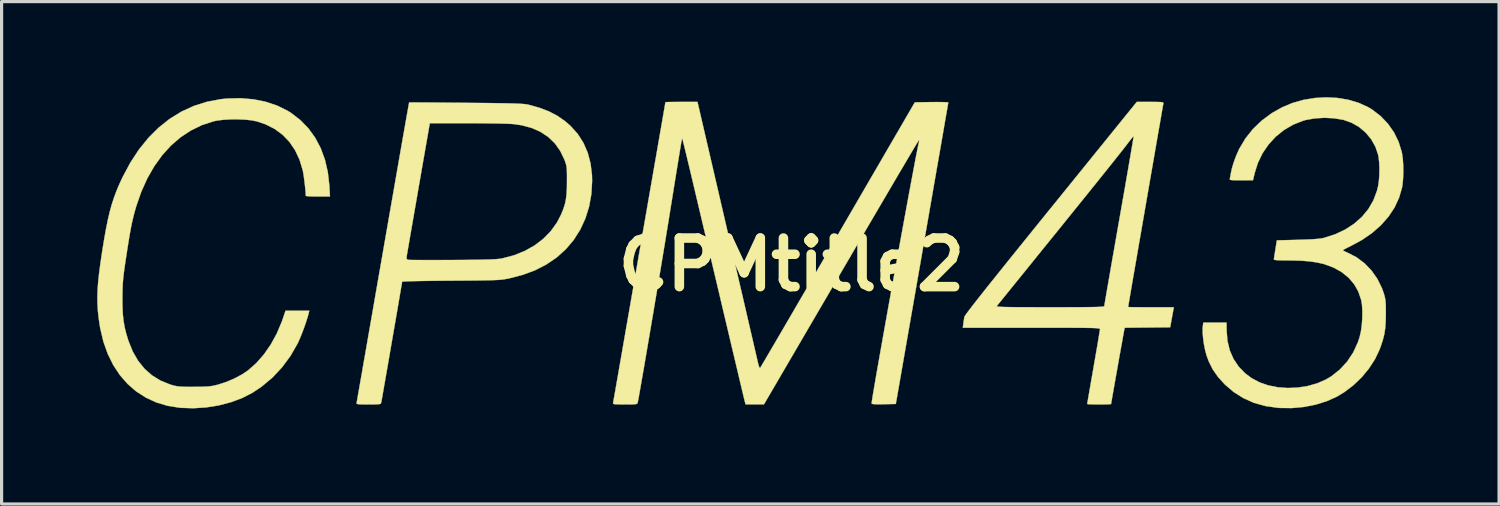
<source format=kicad_pcb>
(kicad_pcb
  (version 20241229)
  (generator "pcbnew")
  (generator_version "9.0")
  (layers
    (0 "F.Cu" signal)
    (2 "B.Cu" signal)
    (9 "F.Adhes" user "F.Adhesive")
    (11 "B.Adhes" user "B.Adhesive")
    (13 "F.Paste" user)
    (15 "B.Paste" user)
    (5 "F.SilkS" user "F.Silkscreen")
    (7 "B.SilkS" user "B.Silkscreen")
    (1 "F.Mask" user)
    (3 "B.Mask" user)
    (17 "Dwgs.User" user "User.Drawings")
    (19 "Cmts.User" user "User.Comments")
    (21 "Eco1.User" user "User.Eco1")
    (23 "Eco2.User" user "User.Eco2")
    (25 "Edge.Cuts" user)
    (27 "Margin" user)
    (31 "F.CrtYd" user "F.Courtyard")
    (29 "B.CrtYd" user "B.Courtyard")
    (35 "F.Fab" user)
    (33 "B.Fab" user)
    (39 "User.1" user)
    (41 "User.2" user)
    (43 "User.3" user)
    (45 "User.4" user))
  (footprint "CPMtitle2"
    (layer "F.Cu")
    (at 21.786 5.254)
    (property "Reference" "CPMtitle2" (at 0 0 0) (layer "F.SilkS") (effects (font (size 1.524 1.524) (thickness 0.3))))
    (attr through_hole)
    (fp_poly (pts (xy -16.885 -5.188) (xy -16.503 -5.112) (xy -16.147 -4.993) (xy -15.822 -4.834) (xy -15.705 -4.762) (xy -15.414 -4.538) (xy -15.16 -4.278) (xy -14.947 -3.983) (xy -14.773 -3.655) (xy -14.641 -3.294) (xy -14.55 -2.903) (xy -14.502 -2.483) (xy -14.499 -2.44) (xy -14.483 -2.139) (xy -14.862 -2.139) (xy -14.997 -2.14) (xy -15.111 -2.144) (xy -15.194 -2.149) (xy -15.237 -2.156) (xy -15.24 -2.159) (xy -15.245 -2.249) (xy -15.256 -2.375) (xy -15.272 -2.521) (xy -15.29 -2.67) (xy -15.309 -2.807) (xy -15.327 -2.915) (xy -15.335 -2.955) (xy -15.436 -3.29) (xy -15.576 -3.589) (xy -15.754 -3.851) (xy -15.969 -4.075) (xy -16.22 -4.26) (xy -16.507 -4.405) (xy -16.777 -4.496) (xy -16.943 -4.529) (xy -17.145 -4.55) (xy -17.369 -4.56) (xy -17.6 -4.559) (xy -17.822 -4.546) (xy -18.021 -4.522) (xy -18.136 -4.498) (xy -18.502 -4.378) (xy -18.848 -4.21) (xy -19.172 -3.996) (xy -19.472 -3.737) (xy -19.746 -3.435) (xy -19.994 -3.091) (xy -20.214 -2.707) (xy -20.404 -2.286) (xy -20.563 -1.828) (xy -20.602 -1.691) (xy -20.638 -1.557) (xy -20.67 -1.426) (xy -20.701 -1.289) (xy -20.731 -1.14) (xy -20.762 -0.97) (xy -20.795 -0.773) (xy -20.832 -0.542) (xy -20.874 -0.268) (xy -20.897 -0.12) (xy -20.929 0.101) (xy -20.954 0.284) (xy -20.971 0.441) (xy -20.983 0.585) (xy -20.99 0.731) (xy -20.994 0.891) (xy -20.996 1.043) (xy -20.993 1.318) (xy -20.982 1.555) (xy -20.96 1.765) (xy -20.925 1.964) (xy -20.876 2.164) (xy -20.81 2.38) (xy -20.804 2.397) (xy -20.67 2.728) (xy -20.502 3.018) (xy -20.302 3.266) (xy -20.068 3.473) (xy -19.802 3.637) (xy -19.505 3.758) (xy -19.45 3.775) (xy -19.367 3.798) (xy -19.291 3.814) (xy -19.208 3.825) (xy -19.11 3.831) (xy -18.985 3.834) (xy -18.821 3.835) (xy -18.743 3.834) (xy -18.56 3.833) (xy -18.419 3.829) (xy -18.307 3.823) (xy -18.214 3.812) (xy -18.125 3.796) (xy -18.031 3.774) (xy -17.982 3.761) (xy -17.727 3.678) (xy -17.471 3.568) (xy -17.234 3.44) (xy -17.058 3.322) (xy -16.797 3.092) (xy -16.555 2.817) (xy -16.338 2.504) (xy -16.149 2.157) (xy -15.991 1.782) (xy -15.95 1.664) (xy -15.877 1.444) (xy -15.132 1.444) (xy -15.149 1.517) (xy -15.182 1.641) (xy -15.232 1.797) (xy -15.292 1.971) (xy -15.358 2.147) (xy -15.424 2.31) (xy -15.483 2.443) (xy -15.497 2.473) (xy -15.723 2.865) (xy -15.988 3.223) (xy -16.289 3.544) (xy -16.625 3.825) (xy -16.913 4.018) (xy -17.232 4.182) (xy -17.587 4.315) (xy -17.967 4.415) (xy -18.364 4.479) (xy -18.767 4.505) (xy -19.167 4.492) (xy -19.192 4.49) (xy -19.573 4.43) (xy -19.929 4.324) (xy -20.259 4.172) (xy -20.561 3.978) (xy -20.833 3.742) (xy -21.073 3.467) (xy -21.281 3.153) (xy -21.454 2.803) (xy -21.591 2.419) (xy -21.69 2.001) (xy -21.709 1.89) (xy -21.742 1.659) (xy -21.765 1.44) (xy -21.778 1.225) (xy -21.781 1.007) (xy -21.773 0.777) (xy -21.754 0.527) (xy -21.724 0.25) (xy -21.682 -0.064) (xy -21.629 -0.421) (xy -21.629 -0.421) (xy -21.569 -0.791) (xy -21.511 -1.115) (xy -21.453 -1.402) (xy -21.393 -1.658) (xy -21.328 -1.893) (xy -21.256 -2.113) (xy -21.176 -2.326) (xy -21.085 -2.541) (xy -20.985 -2.754) (xy -20.742 -3.208) (xy -20.472 -3.618) (xy -20.176 -3.983) (xy -19.855 -4.302) (xy -19.511 -4.575) (xy -19.144 -4.801) (xy -18.755 -4.98) (xy -18.345 -5.11) (xy -17.915 -5.191) (xy -17.713 -5.212) (xy -17.289 -5.222) (xy -16.885 -5.188)) (stroke (width 0.01) (type solid)) (fill yes) (layer "F.SilkS"))
    (fp_poly (pts (xy 17.129 -5.231) (xy 17.47 -5.174) (xy 17.792 -5.078) (xy 18.088 -4.944) (xy 18.218 -4.866) (xy 18.485 -4.661) (xy 18.715 -4.42) (xy 18.904 -4.149) (xy 19.049 -3.853) (xy 19.147 -3.535) (xy 19.155 -3.497) (xy 19.179 -3.33) (xy 19.193 -3.129) (xy 19.196 -2.914) (xy 19.189 -2.702) (xy 19.171 -2.513) (xy 19.155 -2.414) (xy 19.062 -2.096) (xy 18.92 -1.792) (xy 18.73 -1.505) (xy 18.495 -1.239) (xy 18.218 -0.995) (xy 17.9 -0.776) (xy 17.56 -0.592) (xy 17.454 -0.54) (xy 17.369 -0.496) (xy 17.314 -0.465) (xy 17.299 -0.453) (xy 17.322 -0.435) (xy 17.38 -0.406) (xy 17.447 -0.376) (xy 17.727 -0.232) (xy 17.978 -0.044) (xy 18.197 0.183) (xy 18.381 0.445) (xy 18.526 0.739) (xy 18.586 0.909) (xy 18.61 0.992) (xy 18.627 1.069) (xy 18.638 1.153) (xy 18.645 1.255) (xy 18.648 1.388) (xy 18.648 1.551) (xy 18.643 1.793) (xy 18.628 1.999) (xy 18.599 2.185) (xy 18.553 2.367) (xy 18.488 2.564) (xy 18.45 2.666) (xy 18.307 2.967) (xy 18.118 3.259) (xy 17.89 3.534) (xy 17.629 3.784) (xy 17.343 4.001) (xy 17.112 4.141) (xy 16.796 4.283) (xy 16.447 4.392) (xy 16.077 4.465) (xy 15.696 4.5) (xy 15.313 4.496) (xy 15.252 4.491) (xy 14.864 4.435) (xy 14.505 4.334) (xy 14.174 4.186) (xy 13.87 3.993) (xy 13.594 3.757) (xy 13.384 3.525) (xy 13.218 3.288) (xy 13.09 3.032) (xy 13.021 2.843) (xy 12.978 2.683) (xy 12.942 2.503) (xy 12.916 2.317) (xy 12.901 2.141) (xy 12.9 1.992) (xy 12.906 1.932) (xy 12.921 1.818) (xy 13.285 1.818) (xy 13.649 1.818) (xy 13.652 2.066) (xy 13.678 2.39) (xy 13.75 2.688) (xy 13.868 2.958) (xy 14.03 3.2) (xy 14.237 3.412) (xy 14.434 3.56) (xy 14.683 3.693) (xy 14.961 3.789) (xy 15.26 3.848) (xy 15.572 3.871) (xy 15.888 3.857) (xy 16.199 3.808) (xy 16.496 3.723) (xy 16.771 3.603) (xy 16.943 3.5) (xy 17.211 3.286) (xy 17.439 3.036) (xy 17.626 2.753) (xy 17.771 2.437) (xy 17.823 2.281) (xy 17.865 2.101) (xy 17.894 1.892) (xy 17.91 1.67) (xy 17.912 1.451) (xy 17.899 1.253) (xy 17.876 1.113) (xy 17.788 0.851) (xy 17.655 0.615) (xy 17.479 0.409) (xy 17.262 0.233) (xy 17.007 0.091) (xy 16.716 -0.016) (xy 16.684 -0.025) (xy 16.485 -0.069) (xy 16.263 -0.102) (xy 16.01 -0.123) (xy 15.716 -0.132) (xy 15.568 -0.133) (xy 15.397 -0.135) (xy 15.274 -0.138) (xy 15.193 -0.144) (xy 15.149 -0.153) (xy 15.135 -0.166) (xy 15.135 -0.167) (xy 15.14 -0.206) (xy 15.152 -0.285) (xy 15.169 -0.392) (xy 15.183 -0.481) (xy 15.229 -0.762) (xy 15.883 -0.779) (xy 16.133 -0.787) (xy 16.335 -0.796) (xy 16.493 -0.808) (xy 16.613 -0.821) (xy 16.7 -0.838) (xy 16.704 -0.839) (xy 17.056 -0.952) (xy 17.373 -1.101) (xy 17.654 -1.284) (xy 17.896 -1.498) (xy 18.098 -1.742) (xy 18.256 -2.014) (xy 18.368 -2.311) (xy 18.406 -2.465) (xy 18.43 -2.628) (xy 18.444 -2.818) (xy 18.447 -3.017) (xy 18.439 -3.209) (xy 18.421 -3.376) (xy 18.407 -3.446) (xy 18.321 -3.701) (xy 18.189 -3.935) (xy 18.017 -4.142) (xy 17.813 -4.316) (xy 17.581 -4.45) (xy 17.328 -4.54) (xy 17.313 -4.544) (xy 17.025 -4.593) (xy 16.722 -4.608) (xy 16.42 -4.59) (xy 16.138 -4.54) (xy 16.048 -4.515) (xy 15.738 -4.392) (xy 15.452 -4.225) (xy 15.194 -4.017) (xy 14.969 -3.773) (xy 14.781 -3.498) (xy 14.634 -3.195) (xy 14.537 -2.889) (xy 14.478 -2.648) (xy 14.109 -2.647) (xy 13.961 -2.648) (xy 13.86 -2.65) (xy 13.796 -2.655) (xy 13.762 -2.663) (xy 13.751 -2.677) (xy 13.752 -2.694) (xy 13.764 -2.748) (xy 13.779 -2.83) (xy 13.784 -2.861) (xy 13.819 -3.022) (xy 13.875 -3.21) (xy 13.948 -3.407) (xy 14.03 -3.595) (xy 14.05 -3.636) (xy 14.242 -3.959) (xy 14.478 -4.255) (xy 14.755 -4.521) (xy 15.068 -4.753) (xy 15.387 -4.934) (xy 15.716 -5.072) (xy 16.061 -5.17) (xy 16.417 -5.229) (xy 16.775 -5.249) (xy 17.129 -5.231)) (stroke (width 0.01) (type solid)) (fill yes) (layer "F.SilkS"))
    (fp_poly (pts (xy 11.416 -5.106) (xy 11.529 -5.104) (xy 11.603 -5.1) (xy 11.646 -5.093) (xy 11.666 -5.082) (xy 11.669 -5.066) (xy 11.668 -5.06) (xy 11.662 -5.03) (xy 11.648 -4.951) (xy 11.626 -4.827) (xy 11.598 -4.663) (xy 11.563 -4.462) (xy 11.522 -4.228) (xy 11.476 -3.965) (xy 11.426 -3.677) (xy 11.373 -3.368) (xy 11.316 -3.042) (xy 11.257 -2.702) (xy 11.197 -2.354) (xy 11.135 -2) (xy 11.074 -1.644) (xy 11.013 -1.291) (xy 10.953 -0.944) (xy 10.894 -0.608) (xy 10.839 -0.285) (xy 10.786 0.019) (xy 10.737 0.301) (xy 10.693 0.557) (xy 10.654 0.783) (xy 10.621 0.976) (xy 10.595 1.13) (xy 10.575 1.243) (xy 10.564 1.311) (xy 10.561 1.329) (xy 10.587 1.331) (xy 10.659 1.333) (xy 10.771 1.335) (xy 10.915 1.336) (xy 11.085 1.337) (xy 11.275 1.337) (xy 11.278 1.337) (xy 11.995 1.337) (xy 11.938 1.651) (xy 11.881 1.965) (xy 11.168 1.972) (xy 10.455 1.979) (xy 10.441 2.039) (xy 10.434 2.076) (xy 10.419 2.158) (xy 10.397 2.279) (xy 10.37 2.431) (xy 10.338 2.609) (xy 10.302 2.806) (xy 10.265 3.015) (xy 10.227 3.23) (xy 10.189 3.444) (xy 10.152 3.651) (xy 10.118 3.844) (xy 10.088 4.016) (xy 10.062 4.162) (xy 10.043 4.275) (xy 10.03 4.347) (xy 10.026 4.373) (xy 10.001 4.377) (xy 9.932 4.381) (xy 9.829 4.383) (xy 9.701 4.385) (xy 9.652 4.385) (xy 9.517 4.384) (xy 9.404 4.382) (xy 9.322 4.378) (xy 9.281 4.374) (xy 9.278 4.373) (xy 9.282 4.345) (xy 9.295 4.269) (xy 9.315 4.152) (xy 9.342 3.999) (xy 9.374 3.814) (xy 9.41 3.604) (xy 9.451 3.374) (xy 9.478 3.216) (xy 9.52 2.975) (xy 9.559 2.748) (xy 9.595 2.542) (xy 9.625 2.363) (xy 9.649 2.216) (xy 9.667 2.107) (xy 9.677 2.042) (xy 9.679 2.025) (xy 9.676 2.017) (xy 9.667 2.009) (xy 9.648 2.003) (xy 9.615 1.998) (xy 9.565 1.993) (xy 9.495 1.989) (xy 9.401 1.986) (xy 9.279 1.984) (xy 9.127 1.982) (xy 8.94 1.981) (xy 8.716 1.98) (xy 8.451 1.979) (xy 8.141 1.979) (xy 7.784 1.979) (xy 7.527 1.979) (xy 5.375 1.979) (xy 5.391 1.852) (xy 5.405 1.754) (xy 5.42 1.662) (xy 5.424 1.638) (xy 5.438 1.612) (xy 5.475 1.557) (xy 5.537 1.473) (xy 5.624 1.359) (xy 5.667 1.303) (xy 6.437 1.303) (xy 6.441 1.31) (xy 6.467 1.316) (xy 6.519 1.321) (xy 6.599 1.326) (xy 6.711 1.329) (xy 6.858 1.332) (xy 7.043 1.334) (xy 7.27 1.335) (xy 7.541 1.336) (xy 7.861 1.337) (xy 8.111 1.337) (xy 8.468 1.337) (xy 8.775 1.336) (xy 9.035 1.335) (xy 9.251 1.333) (xy 9.427 1.331) (xy 9.565 1.328) (xy 9.669 1.324) (xy 9.743 1.319) (xy 9.789 1.314) (xy 9.81 1.307) (xy 9.813 1.303) (xy 9.818 1.273) (xy 9.831 1.193) (xy 9.852 1.068) (xy 9.881 0.901) (xy 9.916 0.696) (xy 9.958 0.456) (xy 10.005 0.184) (xy 10.057 -0.115) (xy 10.114 -0.438) (xy 10.174 -0.781) (xy 10.237 -1.142) (xy 10.279 -1.377) (xy 10.343 -1.745) (xy 10.405 -2.099) (xy 10.464 -2.434) (xy 10.518 -2.747) (xy 10.568 -3.034) (xy 10.612 -3.292) (xy 10.651 -3.518) (xy 10.683 -3.707) (xy 10.708 -3.856) (xy 10.725 -3.962) (xy 10.734 -4.021) (xy 10.735 -4.033) (xy 10.717 -4.016) (xy 10.672 -3.963) (xy 10.608 -3.882) (xy 10.529 -3.779) (xy 10.488 -3.725) (xy 10.439 -3.662) (xy 10.36 -3.561) (xy 10.251 -3.424) (xy 10.116 -3.254) (xy 9.958 -3.056) (xy 9.778 -2.832) (xy 9.58 -2.585) (xy 9.365 -2.318) (xy 9.137 -2.035) (xy 8.897 -1.738) (xy 8.649 -1.431) (xy 8.395 -1.116) (xy 8.357 -1.069) (xy 8.107 -0.761) (xy 7.866 -0.463) (xy 7.637 -0.18) (xy 7.421 0.087) (xy 7.221 0.335) (xy 7.038 0.56) (xy 6.876 0.761) (xy 6.736 0.934) (xy 6.62 1.077) (xy 6.53 1.188) (xy 6.469 1.263) (xy 6.44 1.3) (xy 6.437 1.303) (xy 5.667 1.303) (xy 5.736 1.214) (xy 5.875 1.037) (xy 6.041 0.827) (xy 6.236 0.582) (xy 6.46 0.303) (xy 6.713 -0.013) (xy 6.997 -0.366) (xy 7.312 -0.756) (xy 7.659 -1.186) (xy 8.039 -1.656) (xy 8.138 -1.777) (xy 10.834 -5.107) (xy 11.257 -5.107) (xy 11.416 -5.106)) (stroke (width 0.01) (type solid)) (fill yes) (layer "F.SilkS"))
    (fp_poly (pts (xy -11.895 -5.091) (xy -11.774 -5.09) (xy -11.613 -5.089) (xy -11.416 -5.088) (xy -11.187 -5.086) (xy -10.932 -5.084) (xy -10.654 -5.081) (xy -10.358 -5.079) (xy -10.213 -5.077) (xy -9.853 -5.074) (xy -9.542 -5.071) (xy -9.276 -5.067) (xy -9.051 -5.064) (xy -8.863 -5.06) (xy -8.708 -5.056) (xy -8.582 -5.051) (xy -8.481 -5.046) (xy -8.401 -5.04) (xy -8.337 -5.033) (xy -8.286 -5.025) (xy -8.248 -5.017) (xy -7.906 -4.921) (xy -7.607 -4.806) (xy -7.342 -4.667) (xy -7.103 -4.5) (xy -6.93 -4.349) (xy -6.706 -4.098) (xy -6.528 -3.818) (xy -6.394 -3.509) (xy -6.305 -3.172) (xy -6.261 -2.806) (xy -6.257 -2.623) (xy -6.281 -2.213) (xy -6.352 -1.82) (xy -6.469 -1.447) (xy -6.63 -1.099) (xy -6.833 -0.778) (xy -7.077 -0.489) (xy -7.359 -0.234) (xy -7.393 -0.208) (xy -7.708 0.003) (xy -8.051 0.178) (xy -8.428 0.318) (xy -8.844 0.427) (xy -8.871 0.432) (xy -8.934 0.445) (xy -8.995 0.456) (xy -9.058 0.465) (xy -9.128 0.473) (xy -9.211 0.479) (xy -9.311 0.484) (xy -9.433 0.488) (xy -9.582 0.491) (xy -9.763 0.494) (xy -9.98 0.497) (xy -10.24 0.499) (xy -10.545 0.501) (xy -10.688 0.502) (xy -10.969 0.504) (xy -11.233 0.507) (xy -11.475 0.51) (xy -11.692 0.514) (xy -11.877 0.518) (xy -12.028 0.522) (xy -12.137 0.526) (xy -12.202 0.531) (xy -12.219 0.534) (xy -12.223 0.563) (xy -12.236 0.64) (xy -12.256 0.76) (xy -12.283 0.916) (xy -12.315 1.105) (xy -12.352 1.321) (xy -12.393 1.559) (xy -12.437 1.814) (xy -12.483 2.08) (xy -12.53 2.353) (xy -12.578 2.627) (xy -12.624 2.898) (xy -12.67 3.16) (xy -12.713 3.408) (xy -12.753 3.637) (xy -12.789 3.841) (xy -12.819 4.017) (xy -12.844 4.158) (xy -12.862 4.259) (xy -12.873 4.316) (xy -12.875 4.325) (xy -12.882 4.348) (xy -12.897 4.365) (xy -12.928 4.375) (xy -12.983 4.381) (xy -13.071 4.384) (xy -13.201 4.385) (xy -13.273 4.385) (xy -13.424 4.384) (xy -13.528 4.382) (xy -13.596 4.378) (xy -13.632 4.369) (xy -13.647 4.357) (xy -13.646 4.338) (xy -13.646 4.338) (xy -13.641 4.307) (xy -13.626 4.226) (xy -13.604 4.098) (xy -13.573 3.925) (xy -13.536 3.71) (xy -13.491 3.456) (xy -13.441 3.165) (xy -13.384 2.841) (xy -13.322 2.485) (xy -13.255 2.1) (xy -13.183 1.69) (xy -13.108 1.256) (xy -13.029 0.802) (xy -12.947 0.33) (xy -12.862 -0.157) (xy -12.848 -0.236) (xy -12.08 -0.236) (xy -12.078 -0.181) (xy -12.043 -0.156) (xy -12.028 -0.152) (xy -11.989 -0.149) (xy -11.902 -0.147) (xy -11.773 -0.146) (xy -11.606 -0.145) (xy -11.408 -0.144) (xy -11.183 -0.144) (xy -10.936 -0.145) (xy -10.674 -0.146) (xy -10.628 -0.146) (xy -10.307 -0.148) (xy -10.035 -0.151) (xy -9.806 -0.154) (xy -9.618 -0.158) (xy -9.463 -0.162) (xy -9.339 -0.168) (xy -9.24 -0.175) (xy -9.161 -0.183) (xy -9.099 -0.192) (xy -9.084 -0.195) (xy -8.714 -0.292) (xy -8.373 -0.428) (xy -8.063 -0.602) (xy -7.789 -0.811) (xy -7.553 -1.053) (xy -7.358 -1.325) (xy -7.232 -1.568) (xy -7.164 -1.733) (xy -7.114 -1.887) (xy -7.08 -2.043) (xy -7.059 -2.215) (xy -7.048 -2.416) (xy -7.046 -2.62) (xy -7.046 -2.791) (xy -7.048 -2.919) (xy -7.053 -3.015) (xy -7.062 -3.09) (xy -7.077 -3.155) (xy -7.098 -3.221) (xy -7.123 -3.289) (xy -7.255 -3.565) (xy -7.424 -3.804) (xy -7.631 -4.004) (xy -7.875 -4.167) (xy -8.154 -4.29) (xy -8.469 -4.374) (xy -8.712 -4.41) (xy -8.799 -4.416) (xy -8.931 -4.422) (xy -9.103 -4.427) (xy -9.306 -4.431) (xy -9.535 -4.434) (xy -9.78 -4.437) (xy -10.036 -4.438) (xy -10.17 -4.438) (xy -11.35 -4.438) (xy -11.71 -2.373) (xy -11.766 -2.046) (xy -11.821 -1.733) (xy -11.872 -1.439) (xy -11.919 -1.167) (xy -11.962 -0.922) (xy -11.999 -0.707) (xy -12.03 -0.528) (xy -12.054 -0.387) (xy -12.071 -0.29) (xy -12.079 -0.241) (xy -12.08 -0.236) (xy -12.848 -0.236) (xy -12.82 -0.399) (xy -12.734 -0.892) (xy -12.651 -1.37) (xy -12.57 -1.832) (xy -12.493 -2.274) (xy -12.42 -2.694) (xy -12.351 -3.089) (xy -12.287 -3.456) (xy -12.228 -3.793) (xy -12.175 -4.097) (xy -12.127 -4.366) (xy -12.087 -4.596) (xy -12.053 -4.786) (xy -12.027 -4.933) (xy -12.009 -5.033) (xy -11.999 -5.085) (xy -11.998 -5.091) (xy -11.971 -5.091) (xy -11.895 -5.091)) (stroke (width 0.01) (type solid)) (fill yes) (layer "F.SilkS"))
    (fp_poly (pts (xy -2.022 -1.103) (xy -1.917 -0.647) (xy -1.814 -0.204) (xy -1.715 0.225) (xy -1.62 0.635) (xy -1.529 1.023) (xy -1.445 1.388) (xy -1.367 1.725) (xy -1.296 2.033) (xy -1.232 2.306) (xy -1.177 2.544) (xy -1.131 2.743) (xy -1.095 2.899) (xy -1.069 3.011) (xy -1.054 3.074) (xy -1.052 3.084) (xy -1.026 3.181) (xy -1.003 3.235) (xy -0.986 3.242) (xy -0.97 3.217) (xy -0.928 3.147) (xy -0.863 3.037) (xy -0.775 2.886) (xy -0.665 2.699) (xy -0.535 2.478) (xy -0.387 2.224) (xy -0.221 1.94) (xy -0.039 1.628) (xy 0.157 1.291) (xy 0.366 0.932) (xy 0.588 0.551) (xy 0.82 0.152) (xy 1.061 -0.262) (xy 1.31 -0.691) (xy 1.454 -0.938) (xy 3.869 -5.093) (xy 4.394 -5.101) (xy 4.555 -5.102) (xy 4.696 -5.101) (xy 4.809 -5.098) (xy 4.885 -5.094) (xy 4.918 -5.088) (xy 4.918 -5.087) (xy 4.914 -5.059) (xy 4.9 -4.981) (xy 4.879 -4.856) (xy 4.849 -4.685) (xy 4.812 -4.473) (xy 4.769 -4.221) (xy 4.719 -3.933) (xy 4.663 -3.61) (xy 4.601 -3.256) (xy 4.534 -2.873) (xy 4.463 -2.464) (xy 4.388 -2.031) (xy 4.309 -1.578) (xy 4.227 -1.106) (xy 4.142 -0.619) (xy 4.095 -0.348) (xy 3.272 4.371) (xy 2.893 4.379) (xy 2.736 4.381) (xy 2.627 4.379) (xy 2.558 4.374) (xy 2.522 4.364) (xy 2.513 4.352) (xy 2.518 4.309) (xy 2.532 4.217) (xy 2.554 4.079) (xy 2.584 3.9) (xy 2.622 3.682) (xy 2.665 3.429) (xy 2.715 3.145) (xy 2.77 2.833) (xy 2.83 2.497) (xy 2.893 2.14) (xy 2.96 1.766) (xy 3.029 1.379) (xy 3.101 0.981) (xy 3.174 0.577) (xy 3.248 0.171) (xy 3.321 -0.236) (xy 3.395 -0.638) (xy 3.467 -1.032) (xy 3.537 -1.415) (xy 3.605 -1.784) (xy 3.669 -2.134) (xy 3.73 -2.462) (xy 3.787 -2.765) (xy 3.838 -3.038) (xy 3.884 -3.28) (xy 3.923 -3.485) (xy 3.956 -3.65) (xy 3.981 -3.773) (xy 3.998 -3.848) (xy 4.001 -3.863) (xy 4.008 -3.9) (xy 3.99 -3.89) (xy 3.977 -3.877) (xy 3.96 -3.85) (xy 3.917 -3.779) (xy 3.849 -3.667) (xy 3.759 -3.515) (xy 3.648 -3.327) (xy 3.517 -3.104) (xy 3.366 -2.85) (xy 3.199 -2.565) (xy 3.016 -2.253) (xy 2.818 -1.916) (xy 2.607 -1.556) (xy 2.384 -1.176) (xy 2.151 -0.778) (xy 1.909 -0.364) (xy 1.659 0.063) (xy 1.536 0.274) (xy -0.866 4.385) (xy -1.442 4.385) (xy -1.468 4.285) (xy -1.477 4.247) (xy -1.498 4.161) (xy -1.53 4.029) (xy -1.572 3.853) (xy -1.623 3.637) (xy -1.683 3.383) (xy -1.751 3.095) (xy -1.827 2.776) (xy -1.91 2.427) (xy -1.998 2.053) (xy -2.092 1.656) (xy -2.191 1.239) (xy -2.293 0.804) (xy -2.399 0.356) (xy -2.433 0.214) (xy -2.562 -0.332) (xy -2.679 -0.828) (xy -2.785 -1.277) (xy -2.881 -1.681) (xy -2.966 -2.042) (xy -3.042 -2.364) (xy -3.109 -2.647) (xy -3.168 -2.894) (xy -3.219 -3.109) (xy -3.263 -3.293) (xy -3.3 -3.448) (xy -3.332 -3.577) (xy -3.357 -3.682) (xy -3.378 -3.766) (xy -3.395 -3.831) (xy -3.407 -3.88) (xy -3.417 -3.914) (xy -3.424 -3.936) (xy -3.428 -3.949) (xy -3.432 -3.954) (xy -3.434 -3.954) (xy -3.436 -3.952) (xy -3.437 -3.951) (xy -3.443 -3.923) (xy -3.457 -3.847) (xy -3.478 -3.726) (xy -3.505 -3.564) (xy -3.537 -3.365) (xy -3.575 -3.133) (xy -3.618 -2.873) (xy -3.664 -2.587) (xy -3.713 -2.281) (xy -3.765 -1.958) (xy -3.784 -1.843) (xy -3.824 -1.59) (xy -3.87 -1.307) (xy -3.921 -0.998) (xy -3.975 -0.667) (xy -4.033 -0.318) (xy -4.093 0.044) (xy -4.155 0.416) (xy -4.218 0.793) (xy -4.282 1.171) (xy -4.345 1.547) (xy -4.408 1.916) (xy -4.468 2.273) (xy -4.527 2.616) (xy -4.582 2.939) (xy -4.633 3.239) (xy -4.681 3.512) (xy -4.723 3.753) (xy -4.759 3.958) (xy -4.788 4.123) (xy -4.811 4.245) (xy -4.825 4.318) (xy -4.827 4.325) (xy -4.834 4.348) (xy -4.849 4.365) (xy -4.88 4.375) (xy -4.935 4.381) (xy -5.024 4.384) (xy -5.153 4.385) (xy -5.225 4.385) (xy -5.376 4.384) (xy -5.481 4.382) (xy -5.548 4.378) (xy -5.585 4.369) (xy -5.599 4.357) (xy -5.599 4.338) (xy -5.599 4.338) (xy -5.593 4.308) (xy -5.579 4.229) (xy -5.557 4.103) (xy -5.527 3.935) (xy -5.491 3.727) (xy -5.448 3.483) (xy -5.4 3.205) (xy -5.346 2.898) (xy -5.288 2.563) (xy -5.226 2.206) (xy -5.16 1.828) (xy -5.091 1.433) (xy -5.02 1.024) (xy -4.947 0.605) (xy -4.873 0.178) (xy -4.798 -0.253) (xy -4.722 -0.685) (xy -4.648 -1.115) (xy -4.574 -1.539) (xy -4.502 -1.954) (xy -4.432 -2.358) (xy -4.364 -2.746) (xy -4.3 -3.116) (xy -4.239 -3.464) (xy -4.183 -3.788) (xy -4.132 -4.083) (xy -4.086 -4.347) (xy -4.046 -4.577) (xy -4.013 -4.769) (xy -3.987 -4.919) (xy -3.969 -5.026) (xy -3.959 -5.085) (xy -3.957 -5.097) (xy -3.932 -5.1) (xy -3.861 -5.103) (xy -3.754 -5.105) (xy -3.617 -5.106) (xy -3.461 -5.107) (xy -2.951 -5.107) (xy -2.022 -1.103)) (stroke (width 0.01) (type solid)) (fill yes) (layer "F.SilkS")))
  (gr_rect
    (start -3 -3)
    (end 43.987 12.764)
    (stroke (width 0.1) (type default))
    (fill no)
    (layer "Edge.Cuts")))
</source>
